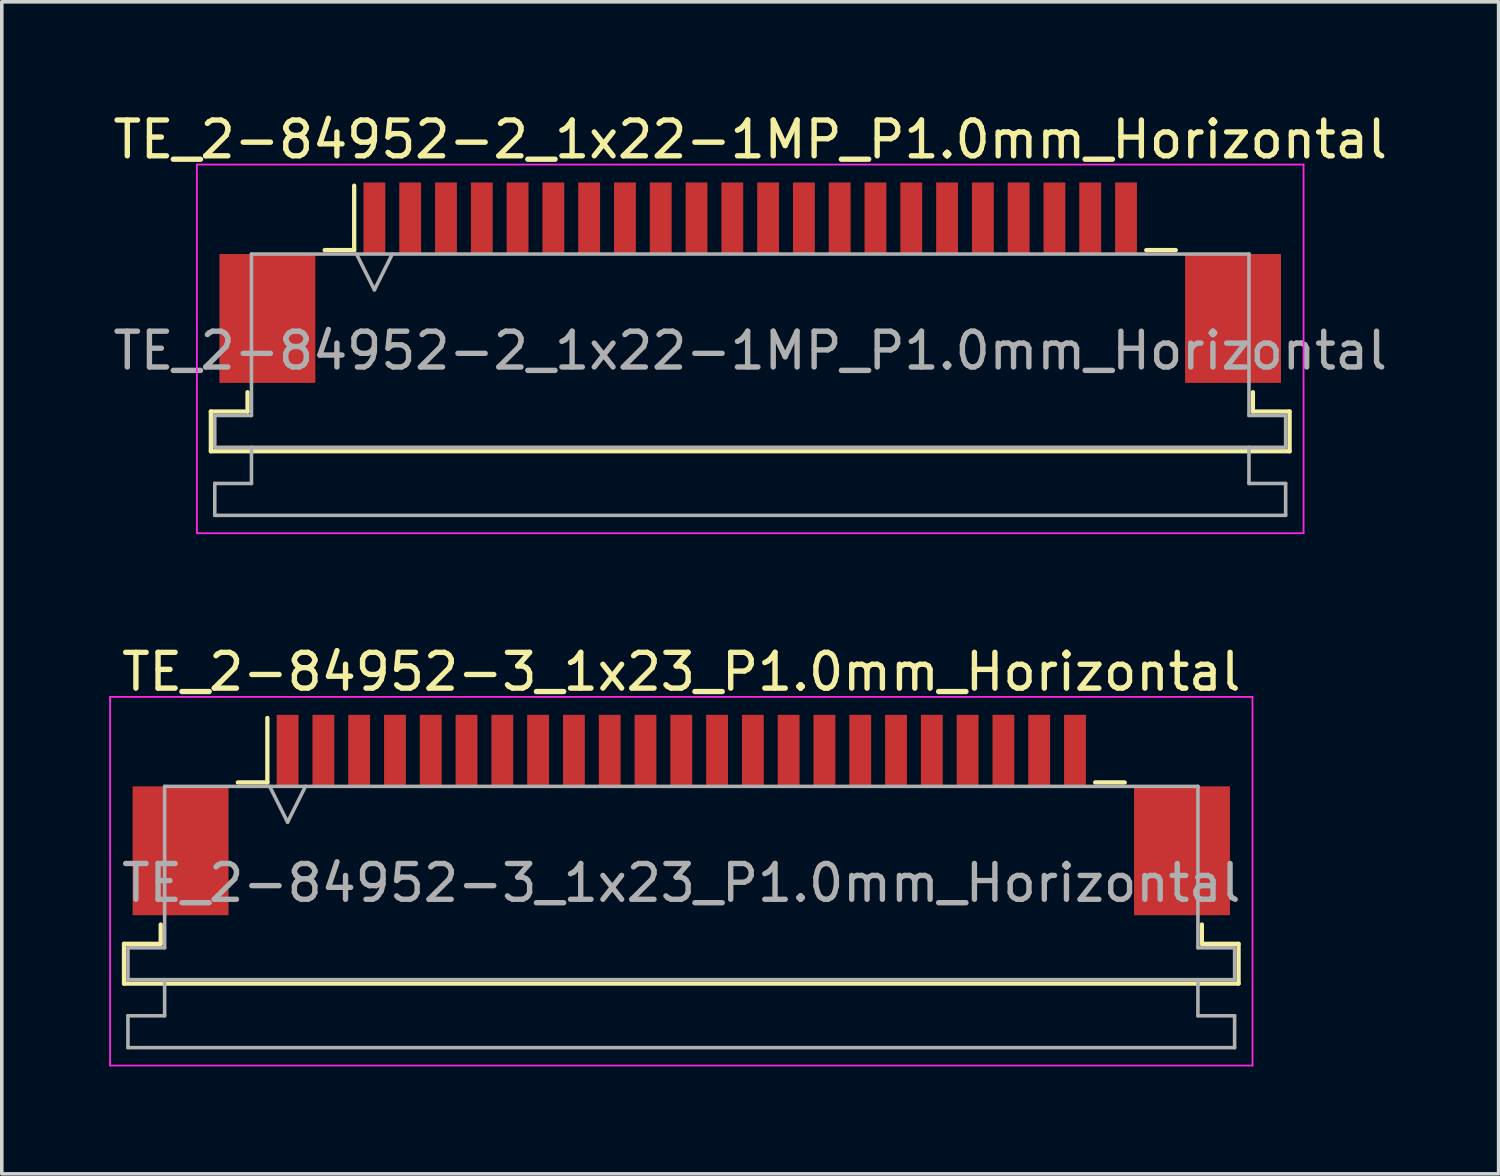
<source format=kicad_pcb>
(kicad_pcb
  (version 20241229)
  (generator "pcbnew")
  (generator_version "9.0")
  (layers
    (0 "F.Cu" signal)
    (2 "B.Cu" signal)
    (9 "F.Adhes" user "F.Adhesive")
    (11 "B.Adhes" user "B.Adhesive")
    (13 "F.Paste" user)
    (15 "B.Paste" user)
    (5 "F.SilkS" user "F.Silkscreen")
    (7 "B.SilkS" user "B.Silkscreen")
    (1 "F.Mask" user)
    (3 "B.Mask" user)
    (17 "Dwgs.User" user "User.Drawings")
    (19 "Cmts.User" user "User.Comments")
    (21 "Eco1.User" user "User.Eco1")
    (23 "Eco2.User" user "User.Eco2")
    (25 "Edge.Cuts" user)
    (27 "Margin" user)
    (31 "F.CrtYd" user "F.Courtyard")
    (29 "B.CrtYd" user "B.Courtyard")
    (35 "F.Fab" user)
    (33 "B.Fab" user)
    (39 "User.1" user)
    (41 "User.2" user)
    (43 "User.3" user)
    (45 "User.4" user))
  (footprint "TE_2-84952-2_1x22-1MP_P1.0mm_Horizontal"
    (layer "F.Cu")
    (at 17.911 4.848)
    (property "Reference" "TE_2-84952-2_1x22-1MP_P1.0mm_Horizontal" (at 0 -4 0) (layer "F.SilkS") (effects (font (size 1 1) (thickness 0.15))))
    (attr smd)
    (fp_line (start -15.07 3.6) (end -14.045 3.6) (stroke (width 0.12) (type solid)) (layer "F.SilkS"))
    (fp_line (start -15.07 4.71) (end -15.07 3.6) (stroke (width 0.12) (type solid)) (layer "F.SilkS"))
    (fp_line (start -14.045 3.6) (end -14.045 3.06) (stroke (width 0.12) (type solid)) (layer "F.SilkS"))
    (fp_line (start -11.89 -0.91) (end -11.065 -0.91) (stroke (width 0.12) (type solid)) (layer "F.SilkS"))
    (fp_line (start -11.065 -0.91) (end -11.065 -2.71) (stroke (width 0.12) (type solid)) (layer "F.SilkS"))
    (fp_line (start 11.065 -0.91) (end 11.89 -0.91) (stroke (width 0.12) (type solid)) (layer "F.SilkS"))
    (fp_line (start 14.045 3.06) (end 14.045 3.6) (stroke (width 0.12) (type solid)) (layer "F.SilkS"))
    (fp_line (start 14.045 3.6) (end 15.07 3.6) (stroke (width 0.12) (type solid)) (layer "F.SilkS"))
    (fp_line (start 15.07 3.6) (end 15.07 4.71) (stroke (width 0.12) (type solid)) (layer "F.SilkS"))
    (fp_line (start 15.07 4.71) (end -15.07 4.71) (stroke (width 0.12) (type solid)) (layer "F.SilkS"))
    (fp_line (start -15.46 -3.3) (end -15.46 7) (stroke (width 0.05) (type solid)) (layer "F.CrtYd"))
    (fp_line (start -15.46 7) (end 15.46 7) (stroke (width 0.05) (type solid)) (layer "F.CrtYd"))
    (fp_line (start 15.46 -3.3) (end -15.46 -3.3) (stroke (width 0.05) (type solid)) (layer "F.CrtYd"))
    (fp_line (start 15.46 7) (end 15.46 -3.3) (stroke (width 0.05) (type solid)) (layer "F.CrtYd"))
    (fp_line (start -14.96 3.71) (end -13.935 3.71) (stroke (width 0.1) (type solid)) (layer "F.Fab"))
    (fp_line (start -14.96 4.6) (end -14.96 3.71) (stroke (width 0.1) (type solid)) (layer "F.Fab"))
    (fp_line (start -14.96 5.61) (end -13.935 5.61) (stroke (width 0.1) (type solid)) (layer "F.Fab"))
    (fp_line (start -14.96 6.5) (end -14.96 5.61) (stroke (width 0.1) (type solid)) (layer "F.Fab"))
    (fp_line (start -13.935 -0.8) (end 13.935 -0.8) (stroke (width 0.1) (type solid)) (layer "F.Fab"))
    (fp_line (start -13.935 3.71) (end -13.935 -0.8) (stroke (width 0.1) (type solid)) (layer "F.Fab"))
    (fp_line (start -13.935 5.61) (end -13.935 4.6) (stroke (width 0.1) (type solid)) (layer "F.Fab"))
    (fp_line (start -11 -0.8) (end -10.5 0.2) (stroke (width 0.1) (type solid)) (layer "F.Fab"))
    (fp_line (start -10.5 0.2) (end -10 -0.8) (stroke (width 0.1) (type solid)) (layer "F.Fab"))
    (fp_line (start 13.935 -0.8) (end 13.935 3.71) (stroke (width 0.1) (type solid)) (layer "F.Fab"))
    (fp_line (start 13.935 3.71) (end 14.96 3.71) (stroke (width 0.1) (type solid)) (layer "F.Fab"))
    (fp_line (start 13.935 4.6) (end 13.935 5.61) (stroke (width 0.1) (type solid)) (layer "F.Fab"))
    (fp_line (start 13.935 5.61) (end 14.96 5.61) (stroke (width 0.1) (type solid)) (layer "F.Fab"))
    (fp_line (start 14.96 3.71) (end 14.96 4.6) (stroke (width 0.1) (type solid)) (layer "F.Fab"))
    (fp_line (start 14.96 4.6) (end -14.96 4.6) (stroke (width 0.1) (type solid)) (layer "F.Fab"))
    (fp_line (start 14.96 5.61) (end 14.96 6.5) (stroke (width 0.1) (type solid)) (layer "F.Fab"))
    (fp_line (start 14.96 6.5) (end -14.96 6.5) (stroke (width 0.1) (type solid)) (layer "F.Fab"))
    (fp_text user "${REFERENCE}" (at 0 1.9 0) (layer "F.Fab") (effects (font (size 1 1) (thickness 0.15))))
    (pad "1" smd rect (at -10.5 -1.8) (size 0.61 2) (layers "F.Cu" "F.Mask" "F.Paste"))
    (pad "2" smd rect (at -9.5 -1.8) (size 0.61 2) (layers "F.Cu" "F.Mask" "F.Paste"))
    (pad "3" smd rect (at -8.5 -1.8) (size 0.61 2) (layers "F.Cu" "F.Mask" "F.Paste"))
    (pad "4" smd rect (at -7.5 -1.8) (size 0.61 2) (layers "F.Cu" "F.Mask" "F.Paste"))
    (pad "5" smd rect (at -6.5 -1.8) (size 0.61 2) (layers "F.Cu" "F.Mask" "F.Paste"))
    (pad "6" smd rect (at -5.5 -1.8) (size 0.61 2) (layers "F.Cu" "F.Mask" "F.Paste"))
    (pad "7" smd rect (at -4.5 -1.8) (size 0.61 2) (layers "F.Cu" "F.Mask" "F.Paste"))
    (pad "8" smd rect (at -3.5 -1.8) (size 0.61 2) (layers "F.Cu" "F.Mask" "F.Paste"))
    (pad "9" smd rect (at -2.5 -1.8) (size 0.61 2) (layers "F.Cu" "F.Mask" "F.Paste"))
    (pad "10" smd rect (at -1.5 -1.8) (size 0.61 2) (layers "F.Cu" "F.Mask" "F.Paste"))
    (pad "11" smd rect (at -0.5 -1.8) (size 0.61 2) (layers "F.Cu" "F.Mask" "F.Paste"))
    (pad "12" smd rect (at 0.5 -1.8) (size 0.61 2) (layers "F.Cu" "F.Mask" "F.Paste"))
    (pad "13" smd rect (at 1.5 -1.8) (size 0.61 2) (layers "F.Cu" "F.Mask" "F.Paste"))
    (pad "14" smd rect (at 2.5 -1.8) (size 0.61 2) (layers "F.Cu" "F.Mask" "F.Paste"))
    (pad "15" smd rect (at 3.5 -1.8) (size 0.61 2) (layers "F.Cu" "F.Mask" "F.Paste"))
    (pad "16" smd rect (at 4.5 -1.8) (size 0.61 2) (layers "F.Cu" "F.Mask" "F.Paste"))
    (pad "17" smd rect (at 5.5 -1.8) (size 0.61 2) (layers "F.Cu" "F.Mask" "F.Paste"))
    (pad "18" smd rect (at 6.5 -1.8) (size 0.61 2) (layers "F.Cu" "F.Mask" "F.Paste"))
    (pad "19" smd rect (at 7.5 -1.8) (size 0.61 2) (layers "F.Cu" "F.Mask" "F.Paste"))
    (pad "20" smd rect (at 8.5 -1.8) (size 0.61 2) (layers "F.Cu" "F.Mask" "F.Paste"))
    (pad "21" smd rect (at 9.5 -1.8) (size 0.61 2) (layers "F.Cu" "F.Mask" "F.Paste"))
    (pad "22" smd rect (at 10.5 -1.8) (size 0.61 2) (layers "F.Cu" "F.Mask" "F.Paste"))
    (pad "MP" smd rect (at -13.49 1) (size 2.68 3.6) (layers "F.Cu" "F.Mask" "F.Paste"))
    (pad "MP" smd rect (at 13.49 1) (size 2.68 3.6) (layers "F.Cu" "F.Mask" "F.Paste")))
  (footprint "TE_2-84952-3_1x23_P1.0mm_Horizontal"
    (layer "F.Cu")
    (at 15.985 19.721)
    (property "Reference" "TE_2-84952-3_1x23_P1.0mm_Horizontal" (at 0 -4 0) (layer "F.SilkS") (effects (font (size 1 1) (thickness 0.15))))
    (attr smd)
    (fp_line (start -15.57 3.6) (end -14.545 3.6) (stroke (width 0.12) (type solid)) (layer "F.SilkS"))
    (fp_line (start -15.57 4.71) (end -15.57 3.6) (stroke (width 0.12) (type solid)) (layer "F.SilkS"))
    (fp_line (start -14.545 3.6) (end -14.545 3.06) (stroke (width 0.12) (type solid)) (layer "F.SilkS"))
    (fp_line (start -12.39 -0.91) (end -11.565 -0.91) (stroke (width 0.12) (type solid)) (layer "F.SilkS"))
    (fp_line (start -11.565 -0.91) (end -11.565 -2.71) (stroke (width 0.12) (type solid)) (layer "F.SilkS"))
    (fp_line (start 11.565 -0.91) (end 12.39 -0.91) (stroke (width 0.12) (type solid)) (layer "F.SilkS"))
    (fp_line (start 14.545 3.06) (end 14.545 3.6) (stroke (width 0.12) (type solid)) (layer "F.SilkS"))
    (fp_line (start 14.545 3.6) (end 15.57 3.6) (stroke (width 0.12) (type solid)) (layer "F.SilkS"))
    (fp_line (start 15.57 3.6) (end 15.57 4.71) (stroke (width 0.12) (type solid)) (layer "F.SilkS"))
    (fp_line (start 15.57 4.71) (end -15.57 4.71) (stroke (width 0.12) (type solid)) (layer "F.SilkS"))
    (fp_line (start -15.96 -3.3) (end -15.96 7) (stroke (width 0.05) (type solid)) (layer "F.CrtYd"))
    (fp_line (start -15.96 7) (end 15.96 7) (stroke (width 0.05) (type solid)) (layer "F.CrtYd"))
    (fp_line (start 15.96 -3.3) (end -15.96 -3.3) (stroke (width 0.05) (type solid)) (layer "F.CrtYd"))
    (fp_line (start 15.96 7) (end 15.96 -3.3) (stroke (width 0.05) (type solid)) (layer "F.CrtYd"))
    (fp_line (start -15.46 3.71) (end -14.435 3.71) (stroke (width 0.1) (type solid)) (layer "F.Fab"))
    (fp_line (start -15.46 4.6) (end -15.46 3.71) (stroke (width 0.1) (type solid)) (layer "F.Fab"))
    (fp_line (start -15.46 5.61) (end -14.435 5.61) (stroke (width 0.1) (type solid)) (layer "F.Fab"))
    (fp_line (start -15.46 6.5) (end -15.46 5.61) (stroke (width 0.1) (type solid)) (layer "F.Fab"))
    (fp_line (start -14.435 -0.8) (end 14.435 -0.8) (stroke (width 0.1) (type solid)) (layer "F.Fab"))
    (fp_line (start -14.435 3.71) (end -14.435 -0.8) (stroke (width 0.1) (type solid)) (layer "F.Fab"))
    (fp_line (start -14.435 5.61) (end -14.435 4.6) (stroke (width 0.1) (type solid)) (layer "F.Fab"))
    (fp_line (start -11.5 -0.8) (end -11 0.2) (stroke (width 0.1) (type solid)) (layer "F.Fab"))
    (fp_line (start -11 0.2) (end -10.5 -0.8) (stroke (width 0.1) (type solid)) (layer "F.Fab"))
    (fp_line (start 14.435 -0.8) (end 14.435 3.71) (stroke (width 0.1) (type solid)) (layer "F.Fab"))
    (fp_line (start 14.435 3.71) (end 15.46 3.71) (stroke (width 0.1) (type solid)) (layer "F.Fab"))
    (fp_line (start 14.435 4.6) (end 14.435 5.61) (stroke (width 0.1) (type solid)) (layer "F.Fab"))
    (fp_line (start 14.435 5.61) (end 15.46 5.61) (stroke (width 0.1) (type solid)) (layer "F.Fab"))
    (fp_line (start 15.46 3.71) (end 15.46 4.6) (stroke (width 0.1) (type solid)) (layer "F.Fab"))
    (fp_line (start 15.46 4.6) (end -15.46 4.6) (stroke (width 0.1) (type solid)) (layer "F.Fab"))
    (fp_line (start 15.46 5.61) (end 15.46 6.5) (stroke (width 0.1) (type solid)) (layer "F.Fab"))
    (fp_line (start 15.46 6.5) (end -15.46 6.5) (stroke (width 0.1) (type solid)) (layer "F.Fab"))
    (fp_text user "${REFERENCE}" (at 0 1.9 0) (layer "F.Fab") (effects (font (size 1 1) (thickness 0.15))))
    (pad "" smd rect (at -13.99 1) (size 2.68 3.6) (layers "F.Cu" "F.Mask" "F.Paste"))
    (pad "" smd rect (at 13.99 1) (size 2.68 3.6) (layers "F.Cu" "F.Mask" "F.Paste"))
    (pad "1" smd rect (at -11 -1.8) (size 0.61 2) (layers "F.Cu" "F.Mask" "F.Paste"))
    (pad "2" smd rect (at -10 -1.8) (size 0.61 2) (layers "F.Cu" "F.Mask" "F.Paste"))
    (pad "3" smd rect (at -9 -1.8) (size 0.61 2) (layers "F.Cu" "F.Mask" "F.Paste"))
    (pad "4" smd rect (at -8 -1.8) (size 0.61 2) (layers "F.Cu" "F.Mask" "F.Paste"))
    (pad "5" smd rect (at -7 -1.8) (size 0.61 2) (layers "F.Cu" "F.Mask" "F.Paste"))
    (pad "6" smd rect (at -6 -1.8) (size 0.61 2) (layers "F.Cu" "F.Mask" "F.Paste"))
    (pad "7" smd rect (at -5 -1.8) (size 0.61 2) (layers "F.Cu" "F.Mask" "F.Paste"))
    (pad "8" smd rect (at -4 -1.8) (size 0.61 2) (layers "F.Cu" "F.Mask" "F.Paste"))
    (pad "9" smd rect (at -3 -1.8) (size 0.61 2) (layers "F.Cu" "F.Mask" "F.Paste"))
    (pad "10" smd rect (at -2 -1.8) (size 0.61 2) (layers "F.Cu" "F.Mask" "F.Paste"))
    (pad "11" smd rect (at -1 -1.8) (size 0.61 2) (layers "F.Cu" "F.Mask" "F.Paste"))
    (pad "12" smd rect (at 0 -1.8) (size 0.61 2) (layers "F.Cu" "F.Mask" "F.Paste"))
    (pad "13" smd rect (at 1 -1.8) (size 0.61 2) (layers "F.Cu" "F.Mask" "F.Paste"))
    (pad "14" smd rect (at 2 -1.8) (size 0.61 2) (layers "F.Cu" "F.Mask" "F.Paste"))
    (pad "15" smd rect (at 3 -1.8) (size 0.61 2) (layers "F.Cu" "F.Mask" "F.Paste"))
    (pad "16" smd rect (at 4 -1.8) (size 0.61 2) (layers "F.Cu" "F.Mask" "F.Paste"))
    (pad "17" smd rect (at 5 -1.8) (size 0.61 2) (layers "F.Cu" "F.Mask" "F.Paste"))
    (pad "18" smd rect (at 6 -1.8) (size 0.61 2) (layers "F.Cu" "F.Mask" "F.Paste"))
    (pad "19" smd rect (at 7 -1.8) (size 0.61 2) (layers "F.Cu" "F.Mask" "F.Paste"))
    (pad "20" smd rect (at 8 -1.8) (size 0.61 2) (layers "F.Cu" "F.Mask" "F.Paste"))
    (pad "21" smd rect (at 9 -1.8) (size 0.61 2) (layers "F.Cu" "F.Mask" "F.Paste"))
    (pad "22" smd rect (at 10 -1.8) (size 0.61 2) (layers "F.Cu" "F.Mask" "F.Paste"))
    (pad "23" smd rect (at 11 -1.8) (size 0.61 2) (layers "F.Cu" "F.Mask" "F.Paste")))
  (gr_rect
    (start -3 -3)
    (end 38.821 29.747)
    (stroke (width 0.1) (type default))
    (fill no)
    (layer "Edge.Cuts")))
</source>
